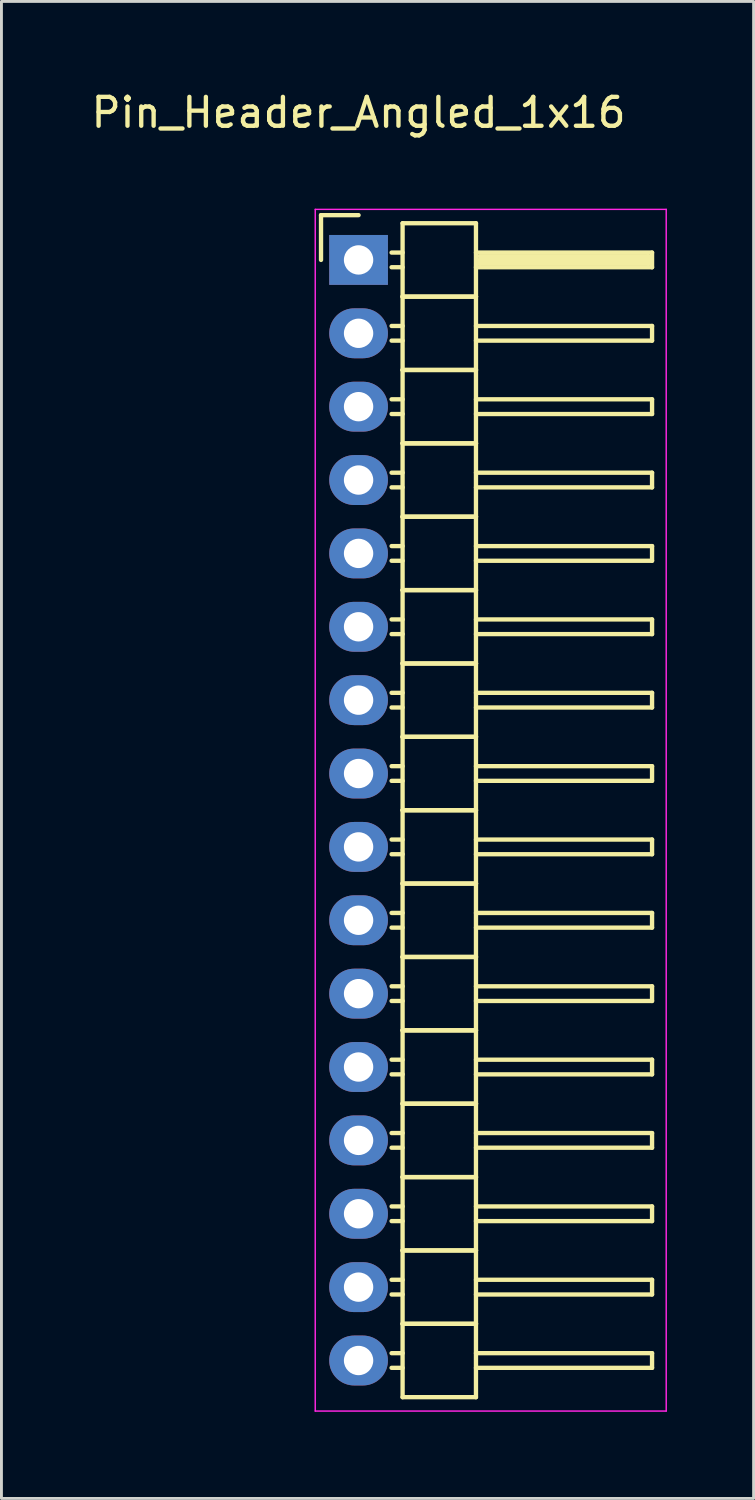
<source format=kicad_pcb>
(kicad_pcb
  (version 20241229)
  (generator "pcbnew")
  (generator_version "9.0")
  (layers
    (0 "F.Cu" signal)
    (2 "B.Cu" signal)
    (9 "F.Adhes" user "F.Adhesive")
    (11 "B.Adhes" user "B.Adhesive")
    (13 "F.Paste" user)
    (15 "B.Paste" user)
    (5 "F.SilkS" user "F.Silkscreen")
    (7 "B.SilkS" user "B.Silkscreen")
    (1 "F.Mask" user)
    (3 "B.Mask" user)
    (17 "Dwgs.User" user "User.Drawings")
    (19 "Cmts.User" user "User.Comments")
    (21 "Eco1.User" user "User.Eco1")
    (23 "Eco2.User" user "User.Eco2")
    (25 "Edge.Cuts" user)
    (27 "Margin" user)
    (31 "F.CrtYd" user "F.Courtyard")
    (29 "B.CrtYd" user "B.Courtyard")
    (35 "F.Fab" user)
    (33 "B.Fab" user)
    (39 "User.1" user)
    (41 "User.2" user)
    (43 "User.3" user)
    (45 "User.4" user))
  (footprint "Pin_Header_Angled_1x16"
    (layer "F.Cu")
    (at 9.363 5.948)
    (property "Reference" "Pin_Header_Angled_1x16" (at 0 -5.1 0) (layer "F.SilkS") (effects (font (size 1 1) (thickness 0.15))))
    (attr through_hole)
    (fp_line (start -1.3 -1.55) (end -1.3 0) (stroke (width 0.15) (type solid)) (layer "F.SilkS"))
    (fp_line (start 0 -1.55) (end -1.3 -1.55) (stroke (width 0.15) (type solid)) (layer "F.SilkS"))
    (fp_line (start 1.524 -1.27) (end 1.524 1.27) (stroke (width 0.15) (type solid)) (layer "F.SilkS"))
    (fp_line (start 1.524 -1.27) (end 4.064 -1.27) (stroke (width 0.15) (type solid)) (layer "F.SilkS"))
    (fp_line (start 1.524 -0.254) (end 1.143 -0.254) (stroke (width 0.15) (type solid)) (layer "F.SilkS"))
    (fp_line (start 1.524 0.254) (end 1.143 0.254) (stroke (width 0.15) (type solid)) (layer "F.SilkS"))
    (fp_line (start 1.524 1.27) (end 1.524 3.81) (stroke (width 0.15) (type solid)) (layer "F.SilkS"))
    (fp_line (start 1.524 1.27) (end 4.064 1.27) (stroke (width 0.15) (type solid)) (layer "F.SilkS"))
    (fp_line (start 1.524 1.27) (end 4.064 1.27) (stroke (width 0.15) (type solid)) (layer "F.SilkS"))
    (fp_line (start 1.524 2.286) (end 1.143 2.286) (stroke (width 0.15) (type solid)) (layer "F.SilkS"))
    (fp_line (start 1.524 2.794) (end 1.143 2.794) (stroke (width 0.15) (type solid)) (layer "F.SilkS"))
    (fp_line (start 1.524 3.81) (end 1.524 6.35) (stroke (width 0.15) (type solid)) (layer "F.SilkS"))
    (fp_line (start 1.524 3.81) (end 4.064 3.81) (stroke (width 0.15) (type solid)) (layer "F.SilkS"))
    (fp_line (start 1.524 3.81) (end 4.064 3.81) (stroke (width 0.15) (type solid)) (layer "F.SilkS"))
    (fp_line (start 1.524 4.826) (end 1.143 4.826) (stroke (width 0.15) (type solid)) (layer "F.SilkS"))
    (fp_line (start 1.524 5.334) (end 1.143 5.334) (stroke (width 0.15) (type solid)) (layer "F.SilkS"))
    (fp_line (start 1.524 6.35) (end 1.524 8.89) (stroke (width 0.15) (type solid)) (layer "F.SilkS"))
    (fp_line (start 1.524 6.35) (end 4.064 6.35) (stroke (width 0.15) (type solid)) (layer "F.SilkS"))
    (fp_line (start 1.524 6.35) (end 4.064 6.35) (stroke (width 0.15) (type solid)) (layer "F.SilkS"))
    (fp_line (start 1.524 7.366) (end 1.143 7.366) (stroke (width 0.15) (type solid)) (layer "F.SilkS"))
    (fp_line (start 1.524 7.874) (end 1.143 7.874) (stroke (width 0.15) (type solid)) (layer "F.SilkS"))
    (fp_line (start 1.524 8.89) (end 1.524 11.43) (stroke (width 0.15) (type solid)) (layer "F.SilkS"))
    (fp_line (start 1.524 8.89) (end 4.064 8.89) (stroke (width 0.15) (type solid)) (layer "F.SilkS"))
    (fp_line (start 1.524 8.89) (end 4.064 8.89) (stroke (width 0.15) (type solid)) (layer "F.SilkS"))
    (fp_line (start 1.524 9.906) (end 1.143 9.906) (stroke (width 0.15) (type solid)) (layer "F.SilkS"))
    (fp_line (start 1.524 10.414) (end 1.143 10.414) (stroke (width 0.15) (type solid)) (layer "F.SilkS"))
    (fp_line (start 1.524 11.43) (end 1.524 13.97) (stroke (width 0.15) (type solid)) (layer "F.SilkS"))
    (fp_line (start 1.524 11.43) (end 4.064 11.43) (stroke (width 0.15) (type solid)) (layer "F.SilkS"))
    (fp_line (start 1.524 11.43) (end 4.064 11.43) (stroke (width 0.15) (type solid)) (layer "F.SilkS"))
    (fp_line (start 1.524 12.446) (end 1.143 12.446) (stroke (width 0.15) (type solid)) (layer "F.SilkS"))
    (fp_line (start 1.524 12.954) (end 1.143 12.954) (stroke (width 0.15) (type solid)) (layer "F.SilkS"))
    (fp_line (start 1.524 13.97) (end 1.524 16.51) (stroke (width 0.15) (type solid)) (layer "F.SilkS"))
    (fp_line (start 1.524 13.97) (end 4.064 13.97) (stroke (width 0.15) (type solid)) (layer "F.SilkS"))
    (fp_line (start 1.524 13.97) (end 4.064 13.97) (stroke (width 0.15) (type solid)) (layer "F.SilkS"))
    (fp_line (start 1.524 14.986) (end 1.143 14.986) (stroke (width 0.15) (type solid)) (layer "F.SilkS"))
    (fp_line (start 1.524 15.494) (end 1.143 15.494) (stroke (width 0.15) (type solid)) (layer "F.SilkS"))
    (fp_line (start 1.524 16.51) (end 1.524 19.05) (stroke (width 0.15) (type solid)) (layer "F.SilkS"))
    (fp_line (start 1.524 16.51) (end 4.064 16.51) (stroke (width 0.15) (type solid)) (layer "F.SilkS"))
    (fp_line (start 1.524 16.51) (end 4.064 16.51) (stroke (width 0.15) (type solid)) (layer "F.SilkS"))
    (fp_line (start 1.524 17.526) (end 1.143 17.526) (stroke (width 0.15) (type solid)) (layer "F.SilkS"))
    (fp_line (start 1.524 18.034) (end 1.143 18.034) (stroke (width 0.15) (type solid)) (layer "F.SilkS"))
    (fp_line (start 1.524 19.05) (end 1.524 21.59) (stroke (width 0.15) (type solid)) (layer "F.SilkS"))
    (fp_line (start 1.524 19.05) (end 4.064 19.05) (stroke (width 0.15) (type solid)) (layer "F.SilkS"))
    (fp_line (start 1.524 19.05) (end 4.064 19.05) (stroke (width 0.15) (type solid)) (layer "F.SilkS"))
    (fp_line (start 1.524 20.066) (end 1.143 20.066) (stroke (width 0.15) (type solid)) (layer "F.SilkS"))
    (fp_line (start 1.524 20.574) (end 1.143 20.574) (stroke (width 0.15) (type solid)) (layer "F.SilkS"))
    (fp_line (start 1.524 21.59) (end 1.524 24.13) (stroke (width 0.15) (type solid)) (layer "F.SilkS"))
    (fp_line (start 1.524 21.59) (end 4.064 21.59) (stroke (width 0.15) (type solid)) (layer "F.SilkS"))
    (fp_line (start 1.524 21.59) (end 4.064 21.59) (stroke (width 0.15) (type solid)) (layer "F.SilkS"))
    (fp_line (start 1.524 22.606) (end 1.143 22.606) (stroke (width 0.15) (type solid)) (layer "F.SilkS"))
    (fp_line (start 1.524 23.114) (end 1.143 23.114) (stroke (width 0.15) (type solid)) (layer "F.SilkS"))
    (fp_line (start 1.524 24.13) (end 1.524 26.67) (stroke (width 0.15) (type solid)) (layer "F.SilkS"))
    (fp_line (start 1.524 24.13) (end 4.064 24.13) (stroke (width 0.15) (type solid)) (layer "F.SilkS"))
    (fp_line (start 1.524 24.13) (end 4.064 24.13) (stroke (width 0.15) (type solid)) (layer "F.SilkS"))
    (fp_line (start 1.524 25.146) (end 1.143 25.146) (stroke (width 0.15) (type solid)) (layer "F.SilkS"))
    (fp_line (start 1.524 25.654) (end 1.143 25.654) (stroke (width 0.15) (type solid)) (layer "F.SilkS"))
    (fp_line (start 1.524 26.67) (end 1.524 29.21) (stroke (width 0.15) (type solid)) (layer "F.SilkS"))
    (fp_line (start 1.524 26.67) (end 4.064 26.67) (stroke (width 0.15) (type solid)) (layer "F.SilkS"))
    (fp_line (start 1.524 26.67) (end 4.064 26.67) (stroke (width 0.15) (type solid)) (layer "F.SilkS"))
    (fp_line (start 1.524 27.686) (end 1.143 27.686) (stroke (width 0.15) (type solid)) (layer "F.SilkS"))
    (fp_line (start 1.524 28.194) (end 1.143 28.194) (stroke (width 0.15) (type solid)) (layer "F.SilkS"))
    (fp_line (start 1.524 29.21) (end 1.524 31.75) (stroke (width 0.15) (type solid)) (layer "F.SilkS"))
    (fp_line (start 1.524 29.21) (end 4.064 29.21) (stroke (width 0.15) (type solid)) (layer "F.SilkS"))
    (fp_line (start 1.524 29.21) (end 4.064 29.21) (stroke (width 0.15) (type solid)) (layer "F.SilkS"))
    (fp_line (start 1.524 30.226) (end 1.143 30.226) (stroke (width 0.15) (type solid)) (layer "F.SilkS"))
    (fp_line (start 1.524 30.734) (end 1.143 30.734) (stroke (width 0.15) (type solid)) (layer "F.SilkS"))
    (fp_line (start 1.524 31.75) (end 1.524 34.29) (stroke (width 0.15) (type solid)) (layer "F.SilkS"))
    (fp_line (start 1.524 31.75) (end 4.064 31.75) (stroke (width 0.15) (type solid)) (layer "F.SilkS"))
    (fp_line (start 1.524 31.75) (end 4.064 31.75) (stroke (width 0.15) (type solid)) (layer "F.SilkS"))
    (fp_line (start 1.524 32.766) (end 1.143 32.766) (stroke (width 0.15) (type solid)) (layer "F.SilkS"))
    (fp_line (start 1.524 33.274) (end 1.143 33.274) (stroke (width 0.15) (type solid)) (layer "F.SilkS"))
    (fp_line (start 1.524 34.29) (end 1.524 36.83) (stroke (width 0.15) (type solid)) (layer "F.SilkS"))
    (fp_line (start 1.524 34.29) (end 4.064 34.29) (stroke (width 0.15) (type solid)) (layer "F.SilkS"))
    (fp_line (start 1.524 34.29) (end 4.064 34.29) (stroke (width 0.15) (type solid)) (layer "F.SilkS"))
    (fp_line (start 1.524 35.306) (end 1.143 35.306) (stroke (width 0.15) (type solid)) (layer "F.SilkS"))
    (fp_line (start 1.524 35.814) (end 1.143 35.814) (stroke (width 0.15) (type solid)) (layer "F.SilkS"))
    (fp_line (start 1.524 36.83) (end 1.524 39.37) (stroke (width 0.15) (type solid)) (layer "F.SilkS"))
    (fp_line (start 1.524 36.83) (end 4.064 36.83) (stroke (width 0.15) (type solid)) (layer "F.SilkS"))
    (fp_line (start 1.524 36.83) (end 4.064 36.83) (stroke (width 0.15) (type solid)) (layer "F.SilkS"))
    (fp_line (start 1.524 37.846) (end 1.143 37.846) (stroke (width 0.15) (type solid)) (layer "F.SilkS"))
    (fp_line (start 1.524 38.354) (end 1.143 38.354) (stroke (width 0.15) (type solid)) (layer "F.SilkS"))
    (fp_line (start 1.524 39.37) (end 4.064 39.37) (stroke (width 0.15) (type solid)) (layer "F.SilkS"))
    (fp_line (start 4.064 -0.254) (end 10.16 -0.254) (stroke (width 0.15) (type solid)) (layer "F.SilkS"))
    (fp_line (start 4.064 1.27) (end 4.064 -1.27) (stroke (width 0.15) (type solid)) (layer "F.SilkS"))
    (fp_line (start 4.064 2.286) (end 10.16 2.286) (stroke (width 0.15) (type solid)) (layer "F.SilkS"))
    (fp_line (start 4.064 3.81) (end 4.064 1.27) (stroke (width 0.15) (type solid)) (layer "F.SilkS"))
    (fp_line (start 4.064 4.826) (end 10.16 4.826) (stroke (width 0.15) (type solid)) (layer "F.SilkS"))
    (fp_line (start 4.064 6.35) (end 4.064 3.81) (stroke (width 0.15) (type solid)) (layer "F.SilkS"))
    (fp_line (start 4.064 7.366) (end 10.16 7.366) (stroke (width 0.15) (type solid)) (layer "F.SilkS"))
    (fp_line (start 4.064 8.89) (end 4.064 6.35) (stroke (width 0.15) (type solid)) (layer "F.SilkS"))
    (fp_line (start 4.064 9.906) (end 10.16 9.906) (stroke (width 0.15) (type solid)) (layer "F.SilkS"))
    (fp_line (start 4.064 11.43) (end 4.064 8.89) (stroke (width 0.15) (type solid)) (layer "F.SilkS"))
    (fp_line (start 4.064 12.446) (end 10.16 12.446) (stroke (width 0.15) (type solid)) (layer "F.SilkS"))
    (fp_line (start 4.064 13.97) (end 4.064 11.43) (stroke (width 0.15) (type solid)) (layer "F.SilkS"))
    (fp_line (start 4.064 14.986) (end 10.16 14.986) (stroke (width 0.15) (type solid)) (layer "F.SilkS"))
    (fp_line (start 4.064 16.51) (end 4.064 13.97) (stroke (width 0.15) (type solid)) (layer "F.SilkS"))
    (fp_line (start 4.064 17.526) (end 10.16 17.526) (stroke (width 0.15) (type solid)) (layer "F.SilkS"))
    (fp_line (start 4.064 19.05) (end 4.064 16.51) (stroke (width 0.15) (type solid)) (layer "F.SilkS"))
    (fp_line (start 4.064 20.066) (end 10.16 20.066) (stroke (width 0.15) (type solid)) (layer "F.SilkS"))
    (fp_line (start 4.064 21.59) (end 4.064 19.05) (stroke (width 0.15) (type solid)) (layer "F.SilkS"))
    (fp_line (start 4.064 22.606) (end 10.16 22.606) (stroke (width 0.15) (type solid)) (layer "F.SilkS"))
    (fp_line (start 4.064 24.13) (end 4.064 21.59) (stroke (width 0.15) (type solid)) (layer "F.SilkS"))
    (fp_line (start 4.064 25.146) (end 10.16 25.146) (stroke (width 0.15) (type solid)) (layer "F.SilkS"))
    (fp_line (start 4.064 26.67) (end 4.064 24.13) (stroke (width 0.15) (type solid)) (layer "F.SilkS"))
    (fp_line (start 4.064 27.686) (end 10.16 27.686) (stroke (width 0.15) (type solid)) (layer "F.SilkS"))
    (fp_line (start 4.064 29.21) (end 4.064 26.67) (stroke (width 0.15) (type solid)) (layer "F.SilkS"))
    (fp_line (start 4.064 30.226) (end 10.16 30.226) (stroke (width 0.15) (type solid)) (layer "F.SilkS"))
    (fp_line (start 4.064 31.75) (end 4.064 29.21) (stroke (width 0.15) (type solid)) (layer "F.SilkS"))
    (fp_line (start 4.064 32.766) (end 10.16 32.766) (stroke (width 0.15) (type solid)) (layer "F.SilkS"))
    (fp_line (start 4.064 34.29) (end 4.064 31.75) (stroke (width 0.15) (type solid)) (layer "F.SilkS"))
    (fp_line (start 4.064 35.306) (end 10.16 35.306) (stroke (width 0.15) (type solid)) (layer "F.SilkS"))
    (fp_line (start 4.064 36.83) (end 4.064 34.29) (stroke (width 0.15) (type solid)) (layer "F.SilkS"))
    (fp_line (start 4.064 37.846) (end 10.16 37.846) (stroke (width 0.15) (type solid)) (layer "F.SilkS"))
    (fp_line (start 4.064 39.37) (end 4.064 36.83) (stroke (width 0.15) (type solid)) (layer "F.SilkS"))
    (fp_line (start 4.191 -0.127) (end 10.033 -0.127) (stroke (width 0.15) (type solid)) (layer "F.SilkS"))
    (fp_line (start 4.191 0) (end 10.033 0) (stroke (width 0.15) (type solid)) (layer "F.SilkS"))
    (fp_line (start 4.191 0.127) (end 4.191 0) (stroke (width 0.15) (type solid)) (layer "F.SilkS"))
    (fp_line (start 10.033 -0.127) (end 10.033 0.127) (stroke (width 0.15) (type solid)) (layer "F.SilkS"))
    (fp_line (start 10.033 0.127) (end 4.191 0.127) (stroke (width 0.15) (type solid)) (layer "F.SilkS"))
    (fp_line (start 10.16 -0.254) (end 10.16 0.254) (stroke (width 0.15) (type solid)) (layer "F.SilkS"))
    (fp_line (start 10.16 0.254) (end 4.064 0.254) (stroke (width 0.15) (type solid)) (layer "F.SilkS"))
    (fp_line (start 10.16 2.286) (end 10.16 2.794) (stroke (width 0.15) (type solid)) (layer "F.SilkS"))
    (fp_line (start 10.16 2.794) (end 4.064 2.794) (stroke (width 0.15) (type solid)) (layer "F.SilkS"))
    (fp_line (start 10.16 4.826) (end 10.16 5.334) (stroke (width 0.15) (type solid)) (layer "F.SilkS"))
    (fp_line (start 10.16 5.334) (end 4.064 5.334) (stroke (width 0.15) (type solid)) (layer "F.SilkS"))
    (fp_line (start 10.16 7.366) (end 10.16 7.874) (stroke (width 0.15) (type solid)) (layer "F.SilkS"))
    (fp_line (start 10.16 7.874) (end 4.064 7.874) (stroke (width 0.15) (type solid)) (layer "F.SilkS"))
    (fp_line (start 10.16 9.906) (end 10.16 10.414) (stroke (width 0.15) (type solid)) (layer "F.SilkS"))
    (fp_line (start 10.16 10.414) (end 4.064 10.414) (stroke (width 0.15) (type solid)) (layer "F.SilkS"))
    (fp_line (start 10.16 12.446) (end 10.16 12.954) (stroke (width 0.15) (type solid)) (layer "F.SilkS"))
    (fp_line (start 10.16 12.954) (end 4.064 12.954) (stroke (width 0.15) (type solid)) (layer "F.SilkS"))
    (fp_line (start 10.16 14.986) (end 10.16 15.494) (stroke (width 0.15) (type solid)) (layer "F.SilkS"))
    (fp_line (start 10.16 15.494) (end 4.064 15.494) (stroke (width 0.15) (type solid)) (layer "F.SilkS"))
    (fp_line (start 10.16 17.526) (end 10.16 18.034) (stroke (width 0.15) (type solid)) (layer "F.SilkS"))
    (fp_line (start 10.16 18.034) (end 4.064 18.034) (stroke (width 0.15) (type solid)) (layer "F.SilkS"))
    (fp_line (start 10.16 20.066) (end 10.16 20.574) (stroke (width 0.15) (type solid)) (layer "F.SilkS"))
    (fp_line (start 10.16 20.574) (end 4.064 20.574) (stroke (width 0.15) (type solid)) (layer "F.SilkS"))
    (fp_line (start 10.16 22.606) (end 10.16 23.114) (stroke (width 0.15) (type solid)) (layer "F.SilkS"))
    (fp_line (start 10.16 23.114) (end 4.064 23.114) (stroke (width 0.15) (type solid)) (layer "F.SilkS"))
    (fp_line (start 10.16 25.146) (end 10.16 25.654) (stroke (width 0.15) (type solid)) (layer "F.SilkS"))
    (fp_line (start 10.16 25.654) (end 4.064 25.654) (stroke (width 0.15) (type solid)) (layer "F.SilkS"))
    (fp_line (start 10.16 27.686) (end 10.16 28.194) (stroke (width 0.15) (type solid)) (layer "F.SilkS"))
    (fp_line (start 10.16 28.194) (end 4.064 28.194) (stroke (width 0.15) (type solid)) (layer "F.SilkS"))
    (fp_line (start 10.16 30.226) (end 10.16 30.734) (stroke (width 0.15) (type solid)) (layer "F.SilkS"))
    (fp_line (start 10.16 30.734) (end 4.064 30.734) (stroke (width 0.15) (type solid)) (layer "F.SilkS"))
    (fp_line (start 10.16 32.766) (end 10.16 33.274) (stroke (width 0.15) (type solid)) (layer "F.SilkS"))
    (fp_line (start 10.16 33.274) (end 4.064 33.274) (stroke (width 0.15) (type solid)) (layer "F.SilkS"))
    (fp_line (start 10.16 35.306) (end 10.16 35.814) (stroke (width 0.15) (type solid)) (layer "F.SilkS"))
    (fp_line (start 10.16 35.814) (end 4.064 35.814) (stroke (width 0.15) (type solid)) (layer "F.SilkS"))
    (fp_line (start 10.16 37.846) (end 10.16 38.354) (stroke (width 0.15) (type solid)) (layer "F.SilkS"))
    (fp_line (start 10.16 38.354) (end 4.064 38.354) (stroke (width 0.15) (type solid)) (layer "F.SilkS"))
    (fp_line (start -1.5 -1.75) (end -1.5 39.85) (stroke (width 0.05) (type solid)) (layer "F.CrtYd"))
    (fp_line (start -1.5 -1.75) (end 10.65 -1.75) (stroke (width 0.05) (type solid)) (layer "F.CrtYd"))
    (fp_line (start -1.5 39.85) (end 10.65 39.85) (stroke (width 0.05) (type solid)) (layer "F.CrtYd"))
    (fp_line (start 10.65 -1.75) (end 10.65 39.85) (stroke (width 0.05) (type solid)) (layer "F.CrtYd"))
    (pad "1" thru_hole rect (at 0 0) (size 2.032 1.727) (drill 1.016) (layers "*.Cu" "*.Mask"))
    (pad "2" thru_hole oval (at 0 2.54) (size 2.032 1.727) (drill 1.016) (layers "*.Cu" "*.Mask"))
    (pad "3" thru_hole oval (at 0 5.08) (size 2.032 1.727) (drill 1.016) (layers "*.Cu" "*.Mask"))
    (pad "4" thru_hole oval (at 0 7.62) (size 2.032 1.727) (drill 1.016) (layers "*.Cu" "*.Mask"))
    (pad "5" thru_hole oval (at 0 10.16) (size 2.032 1.727) (drill 1.016) (layers "*.Cu" "*.Mask"))
    (pad "6" thru_hole oval (at 0 12.7) (size 2.032 1.727) (drill 1.016) (layers "*.Cu" "*.Mask"))
    (pad "7" thru_hole oval (at 0 15.24) (size 2.032 1.727) (drill 1.016) (layers "*.Cu" "*.Mask"))
    (pad "8" thru_hole oval (at 0 17.78) (size 2.032 1.727) (drill 1.016) (layers "*.Cu" "*.Mask"))
    (pad "9" thru_hole oval (at 0 20.32) (size 2.032 1.727) (drill 1.016) (layers "*.Cu" "*.Mask"))
    (pad "10" thru_hole oval (at 0 22.86) (size 2.032 1.727) (drill 1.016) (layers "*.Cu" "*.Mask"))
    (pad "11" thru_hole oval (at 0 25.4) (size 2.032 1.727) (drill 1.016) (layers "*.Cu" "*.Mask"))
    (pad "12" thru_hole oval (at 0 27.94) (size 2.032 1.727) (drill 1.016) (layers "*.Cu" "*.Mask"))
    (pad "13" thru_hole oval (at 0 30.48) (size 2.032 1.727) (drill 1.016) (layers "*.Cu" "*.Mask"))
    (pad "14" thru_hole oval (at 0 33.02) (size 2.032 1.727) (drill 1.016) (layers "*.Cu" "*.Mask"))
    (pad "15" thru_hole oval (at 0 35.56) (size 2.032 1.727) (drill 1.016) (layers "*.Cu" "*.Mask"))
    (pad "16" thru_hole oval (at 0 38.1) (size 2.032 1.727) (drill 1.016) (layers "*.Cu" "*.Mask")))
  (gr_rect
    (start -3 -3)
    (end 23.038 48.823)
    (stroke (width 0.1) (type default))
    (fill no)
    (layer "Edge.Cuts")))
</source>
